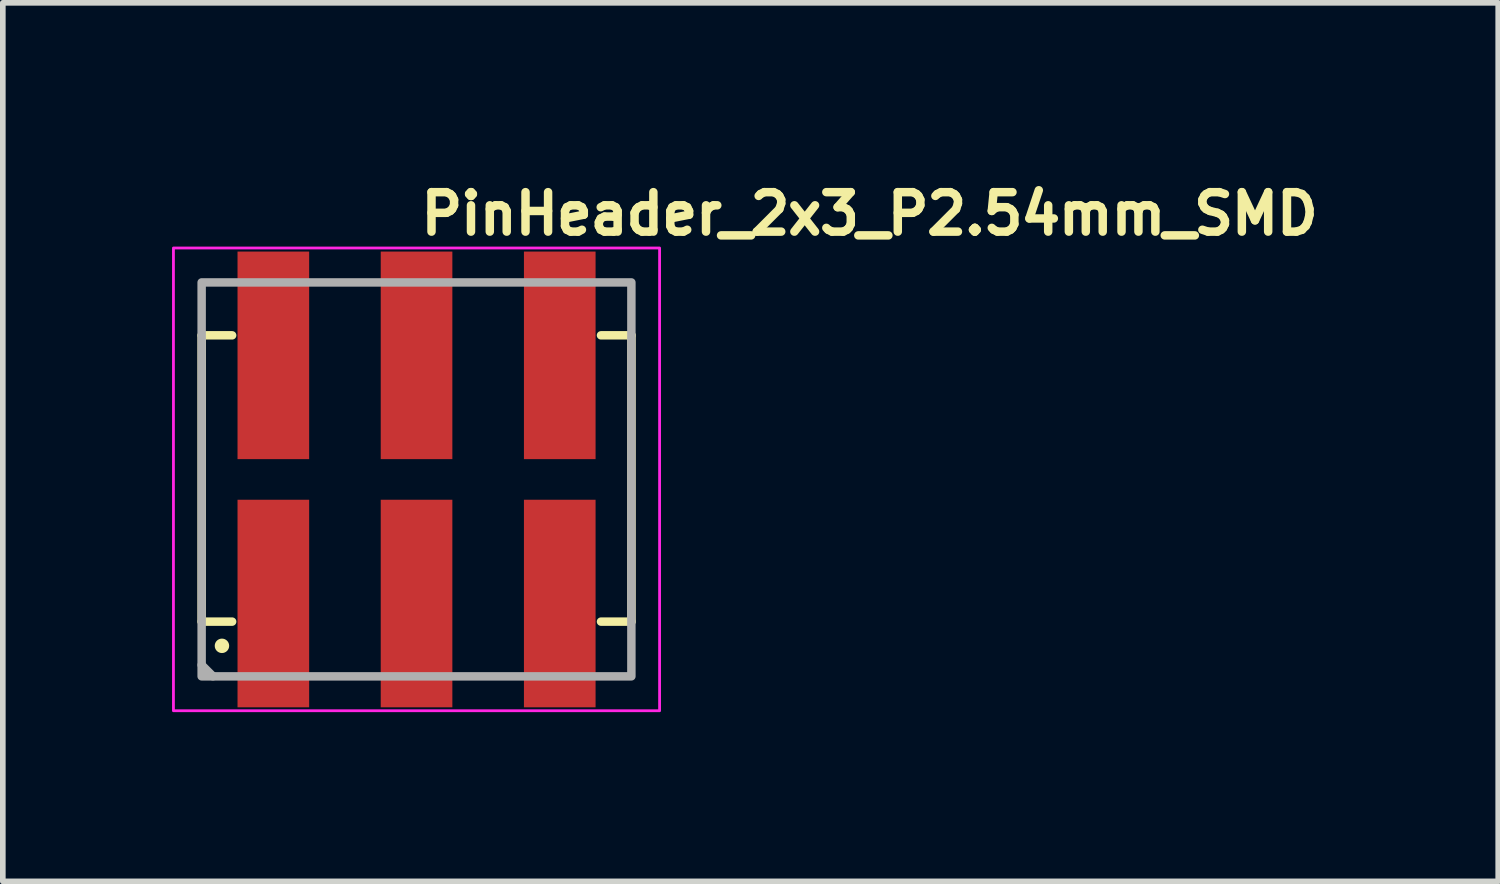
<source format=kicad_pcb>
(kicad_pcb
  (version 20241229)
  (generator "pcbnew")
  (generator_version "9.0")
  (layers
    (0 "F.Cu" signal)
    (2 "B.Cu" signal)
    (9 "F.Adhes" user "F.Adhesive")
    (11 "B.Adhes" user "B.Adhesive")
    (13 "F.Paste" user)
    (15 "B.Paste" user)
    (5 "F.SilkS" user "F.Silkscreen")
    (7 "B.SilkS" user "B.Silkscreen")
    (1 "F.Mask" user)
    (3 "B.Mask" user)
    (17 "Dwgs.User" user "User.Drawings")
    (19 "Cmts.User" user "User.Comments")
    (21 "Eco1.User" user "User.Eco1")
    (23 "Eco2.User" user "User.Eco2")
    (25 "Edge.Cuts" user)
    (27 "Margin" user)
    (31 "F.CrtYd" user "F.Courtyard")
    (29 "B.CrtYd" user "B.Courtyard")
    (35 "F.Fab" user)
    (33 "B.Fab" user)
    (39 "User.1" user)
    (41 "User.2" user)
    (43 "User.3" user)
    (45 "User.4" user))
  (footprint "PinHeader_2x3_P2.54mm_SMD"
    (layer "F.Cu")
    (at 4.335 5.45)
    (property "Reference" "PinHeader_2x3_P2.54mm_SMD" (at 0 -4.3 180) (layer "F.SilkS") (effects (font (size 0.7 0.7) (thickness 0.15)) (justify left bottom)))
    (attr smd)
    (fp_line (start -3.809 -2.555) (end -3.269 -2.555) (stroke (width 0.15) (type solid)) (layer "F.SilkS"))
    (fp_line (start -3.809 2.521) (end -3.809 -2.555) (stroke (width 0.15) (type solid)) (layer "F.SilkS"))
    (fp_line (start -3.809 2.521) (end -3.269 2.521) (stroke (width 0.15) (type solid)) (layer "F.SilkS"))
    (fp_line (start 3.81 -2.555) (end 3.27 -2.555) (stroke (width 0.15) (type solid)) (layer "F.SilkS"))
    (fp_line (start 3.81 -2.555) (end 3.81 2.521) (stroke (width 0.15) (type solid)) (layer "F.SilkS"))
    (fp_line (start 3.81 2.521) (end 3.27 2.521) (stroke (width 0.15) (type solid)) (layer "F.SilkS"))
    (fp_circle (center -3.45 2.95) (end -3.397 2.95) (stroke (width 0.15) (type solid)) (fill yes) (layer "F.SilkS"))
    (fp_rect (start -4.31 -4.103) (end 4.309 4.101) (stroke (width 0.05) (type solid)) (fill no) (layer "F.CrtYd"))
    (fp_line (start -3.81 3.29) (end -3.61 3.49) (stroke (width 0.15) (type solid)) (layer "F.Fab"))
    (fp_rect (start -3.81 -3.493) (end 3.809 3.491) (stroke (width 0.15) (type solid)) (fill no) (layer "F.Fab"))
    (fp_rect (start -3.81 -3.493) (end 3.809 3.491) (stroke (width 0.1) (type solid)) (fill no) (layer "User.5"))
    (fp_line (start -3.81 -2.032) (end -3.81 2.031) (stroke (width 0.02) (type solid)) (layer "User.9"))
    (fp_line (start -3.302 -2.54) (end -3.81 -2.032) (stroke (width 0.02) (type solid)) (layer "User.9"))
    (fp_line (start -3.302 -2.54) (end -3.302 2.539) (stroke (width 0.02) (type solid)) (layer "User.9"))
    (fp_line (start -3.302 2.539) (end -3.81 2.031) (stroke (width 0.02) (type solid)) (layer "User.9"))
    (fp_line (start -2.859 -3.239) (end -2.859 -2.54) (stroke (width 0.02) (type solid)) (layer "User.9"))
    (fp_line (start -2.859 -3.239) (end -2.731 -3.493) (stroke (width 0.02) (type solid)) (layer "User.9"))
    (fp_line (start -2.859 -1.589) (end -2.731 -1.462) (stroke (width 0.02) (type solid)) (layer "User.9"))
    (fp_line (start -2.859 -0.954) (end -2.859 -1.589) (stroke (width 0.02) (type solid)) (layer "User.9"))
    (fp_line (start -2.859 -0.954) (end -2.731 -1.081) (stroke (width 0.02) (type solid)) (layer "User.9"))
    (fp_line (start -2.859 1.586) (end -2.859 0.952) (stroke (width 0.02) (type solid)) (layer "User.9"))
    (fp_line (start -2.859 1.586) (end -2.731 1.459) (stroke (width 0.02) (type solid)) (layer "User.9"))
    (fp_line (start -2.859 2.539) (end -2.859 3.237) (stroke (width 0.02) (type solid)) (layer "User.9"))
    (fp_line (start -2.859 3.237) (end -2.731 3.491) (stroke (width 0.02) (type solid)) (layer "User.9"))
    (fp_line (start -2.731 -1.081) (end -2.731 -1.462) (stroke (width 0.02) (type solid)) (layer "User.9"))
    (fp_line (start -2.731 1.078) (end -2.859 0.952) (stroke (width 0.02) (type solid)) (layer "User.9"))
    (fp_line (start -2.731 1.459) (end -2.731 1.078) (stroke (width 0.02) (type solid)) (layer "User.9"))
    (fp_line (start -2.351 -3.493) (end -2.731 -3.493) (stroke (width 0.02) (type solid)) (layer "User.9"))
    (fp_line (start -2.351 -3.493) (end -2.223 -3.239) (stroke (width 0.02) (type solid)) (layer "User.9"))
    (fp_line (start -2.351 -1.462) (end -2.731 -1.462) (stroke (width 0.02) (type solid)) (layer "User.9"))
    (fp_line (start -2.351 -1.462) (end -2.351 -1.081) (stroke (width 0.02) (type solid)) (layer "User.9"))
    (fp_line (start -2.351 -1.081) (end -2.731 -1.081) (stroke (width 0.02) (type solid)) (layer "User.9"))
    (fp_line (start -2.351 1.078) (end -2.731 1.078) (stroke (width 0.02) (type solid)) (layer "User.9"))
    (fp_line (start -2.351 1.078) (end -2.351 1.459) (stroke (width 0.02) (type solid)) (layer "User.9"))
    (fp_line (start -2.351 1.459) (end -2.731 1.459) (stroke (width 0.02) (type solid)) (layer "User.9"))
    (fp_line (start -2.351 1.459) (end -2.223 1.586) (stroke (width 0.02) (type solid)) (layer "User.9"))
    (fp_line (start -2.351 3.491) (end -2.731 3.491) (stroke (width 0.02) (type solid)) (layer "User.9"))
    (fp_line (start -2.223 -3.239) (end -2.859 -3.239) (stroke (width 0.02) (type solid)) (layer "User.9"))
    (fp_line (start -2.223 -3.239) (end -2.223 -2.54) (stroke (width 0.02) (type solid)) (layer "User.9"))
    (fp_line (start -2.223 -1.589) (end -2.859 -1.589) (stroke (width 0.02) (type solid)) (layer "User.9"))
    (fp_line (start -2.223 -1.589) (end -2.351 -1.462) (stroke (width 0.02) (type solid)) (layer "User.9"))
    (fp_line (start -2.223 -1.589) (end -2.223 -0.954) (stroke (width 0.02) (type solid)) (layer "User.9"))
    (fp_line (start -2.223 -0.954) (end -2.859 -0.954) (stroke (width 0.02) (type solid)) (layer "User.9"))
    (fp_line (start -2.223 -0.954) (end -2.351 -1.081) (stroke (width 0.02) (type solid)) (layer "User.9"))
    (fp_line (start -2.223 0.952) (end -2.859 0.952) (stroke (width 0.02) (type solid)) (layer "User.9"))
    (fp_line (start -2.223 0.952) (end -2.351 1.078) (stroke (width 0.02) (type solid)) (layer "User.9"))
    (fp_line (start -2.223 0.952) (end -2.223 1.586) (stroke (width 0.02) (type solid)) (layer "User.9"))
    (fp_line (start -2.223 1.586) (end -2.859 1.586) (stroke (width 0.02) (type solid)) (layer "User.9"))
    (fp_line (start -2.223 2.539) (end -2.223 3.237) (stroke (width 0.02) (type solid)) (layer "User.9"))
    (fp_line (start -2.223 3.237) (end -2.859 3.237) (stroke (width 0.02) (type solid)) (layer "User.9"))
    (fp_line (start -2.223 3.237) (end -2.351 3.491) (stroke (width 0.02) (type solid)) (layer "User.9"))
    (fp_line (start -1.778 -2.54) (end -3.302 -2.54) (stroke (width 0.02) (type solid)) (layer "User.9"))
    (fp_line (start -1.778 -2.54) (end -1.778 2.539) (stroke (width 0.02) (type solid)) (layer "User.9"))
    (fp_line (start -1.778 -2.54) (end -1.27 -2.032) (stroke (width 0.02) (type solid)) (layer "User.9"))
    (fp_line (start -1.778 2.539) (end -3.302 2.539) (stroke (width 0.02) (type solid)) (layer "User.9"))
    (fp_line (start -1.27 -2.032) (end -1.27 2.031) (stroke (width 0.02) (type solid)) (layer "User.9"))
    (fp_line (start -1.27 -2.032) (end -0.762 -2.54) (stroke (width 0.02) (type solid)) (layer "User.9"))
    (fp_line (start -1.27 2.031) (end -1.778 2.539) (stroke (width 0.02) (type solid)) (layer "User.9"))
    (fp_line (start -0.762 -2.54) (end -0.762 2.539) (stroke (width 0.02) (type solid)) (layer "User.9"))
    (fp_line (start -0.762 2.539) (end -1.27 2.031) (stroke (width 0.02) (type solid)) (layer "User.9"))
    (fp_line (start -0.318 -3.239) (end -0.318 -2.54) (stroke (width 0.02) (type solid)) (layer "User.9"))
    (fp_line (start -0.318 -3.239) (end -0.191 -3.493) (stroke (width 0.02) (type solid)) (layer "User.9"))
    (fp_line (start -0.318 -1.589) (end -0.191 -1.462) (stroke (width 0.02) (type solid)) (layer "User.9"))
    (fp_line (start -0.318 -0.954) (end -0.318 -1.589) (stroke (width 0.02) (type solid)) (layer "User.9"))
    (fp_line (start -0.318 -0.954) (end -0.191 -1.081) (stroke (width 0.02) (type solid)) (layer "User.9"))
    (fp_line (start -0.318 1.586) (end -0.318 0.952) (stroke (width 0.02) (type solid)) (layer "User.9"))
    (fp_line (start -0.318 1.586) (end -0.191 1.459) (stroke (width 0.02) (type solid)) (layer "User.9"))
    (fp_line (start -0.318 2.539) (end -0.318 3.237) (stroke (width 0.02) (type solid)) (layer "User.9"))
    (fp_line (start -0.318 3.237) (end -0.191 3.491) (stroke (width 0.02) (type solid)) (layer "User.9"))
    (fp_line (start -0.191 -1.081) (end -0.191 -1.462) (stroke (width 0.02) (type solid)) (layer "User.9"))
    (fp_line (start -0.191 1.078) (end -0.318 0.952) (stroke (width 0.02) (type solid)) (layer "User.9"))
    (fp_line (start -0.191 1.459) (end -0.191 1.078) (stroke (width 0.02) (type solid)) (layer "User.9"))
    (fp_line (start 0.189 -3.493) (end -0.191 -3.493) (stroke (width 0.02) (type solid)) (layer "User.9"))
    (fp_line (start 0.189 -3.493) (end 0.316 -3.239) (stroke (width 0.02) (type solid)) (layer "User.9"))
    (fp_line (start 0.189 -1.462) (end -0.191 -1.462) (stroke (width 0.02) (type solid)) (layer "User.9"))
    (fp_line (start 0.189 -1.462) (end 0.189 -1.081) (stroke (width 0.02) (type solid)) (layer "User.9"))
    (fp_line (start 0.189 -1.081) (end -0.191 -1.081) (stroke (width 0.02) (type solid)) (layer "User.9"))
    (fp_line (start 0.189 1.078) (end -0.191 1.078) (stroke (width 0.02) (type solid)) (layer "User.9"))
    (fp_line (start 0.189 1.078) (end 0.189 1.459) (stroke (width 0.02) (type solid)) (layer "User.9"))
    (fp_line (start 0.189 1.459) (end -0.191 1.459) (stroke (width 0.02) (type solid)) (layer "User.9"))
    (fp_line (start 0.189 1.459) (end 0.316 1.586) (stroke (width 0.02) (type solid)) (layer "User.9"))
    (fp_line (start 0.189 3.491) (end -0.191 3.491) (stroke (width 0.02) (type solid)) (layer "User.9"))
    (fp_line (start 0.316 -3.239) (end -0.318 -3.239) (stroke (width 0.02) (type solid)) (layer "User.9"))
    (fp_line (start 0.316 -3.239) (end 0.316 -2.54) (stroke (width 0.02) (type solid)) (layer "User.9"))
    (fp_line (start 0.316 -1.589) (end -0.318 -1.589) (stroke (width 0.02) (type solid)) (layer "User.9"))
    (fp_line (start 0.316 -1.589) (end 0.189 -1.462) (stroke (width 0.02) (type solid)) (layer "User.9"))
    (fp_line (start 0.316 -1.589) (end 0.316 -0.954) (stroke (width 0.02) (type solid)) (layer "User.9"))
    (fp_line (start 0.316 -0.954) (end -0.318 -0.954) (stroke (width 0.02) (type solid)) (layer "User.9"))
    (fp_line (start 0.316 -0.954) (end 0.189 -1.081) (stroke (width 0.02) (type solid)) (layer "User.9"))
    (fp_line (start 0.316 0.952) (end -0.318 0.952) (stroke (width 0.02) (type solid)) (layer "User.9"))
    (fp_line (start 0.316 0.952) (end 0.189 1.078) (stroke (width 0.02) (type solid)) (layer "User.9"))
    (fp_line (start 0.316 0.952) (end 0.316 1.586) (stroke (width 0.02) (type solid)) (layer "User.9"))
    (fp_line (start 0.316 1.586) (end -0.318 1.586) (stroke (width 0.02) (type solid)) (layer "User.9"))
    (fp_line (start 0.316 2.539) (end 0.316 3.237) (stroke (width 0.02) (type solid)) (layer "User.9"))
    (fp_line (start 0.316 3.237) (end -0.318 3.237) (stroke (width 0.02) (type solid)) (layer "User.9"))
    (fp_line (start 0.316 3.237) (end 0.189 3.491) (stroke (width 0.02) (type solid)) (layer "User.9"))
    (fp_line (start 0.76 -2.54) (end -0.762 -2.54) (stroke (width 0.02) (type solid)) (layer "User.9"))
    (fp_line (start 0.76 -2.54) (end 0.76 2.539) (stroke (width 0.02) (type solid)) (layer "User.9"))
    (fp_line (start 0.76 -2.54) (end 1.269 -2.032) (stroke (width 0.02) (type solid)) (layer "User.9"))
    (fp_line (start 0.76 2.539) (end -0.762 2.539) (stroke (width 0.02) (type solid)) (layer "User.9"))
    (fp_line (start 1.269 -2.032) (end 1.269 2.031) (stroke (width 0.02) (type solid)) (layer "User.9"))
    (fp_line (start 1.269 -2.032) (end 1.777 -2.54) (stroke (width 0.02) (type solid)) (layer "User.9"))
    (fp_line (start 1.269 2.031) (end 0.76 2.539) (stroke (width 0.02) (type solid)) (layer "User.9"))
    (fp_line (start 1.777 -2.54) (end 1.777 2.539) (stroke (width 0.02) (type solid)) (layer "User.9"))
    (fp_line (start 1.777 2.539) (end 1.269 2.031) (stroke (width 0.02) (type solid)) (layer "User.9"))
    (fp_line (start 2.221 -3.239) (end 2.221 -2.54) (stroke (width 0.02) (type solid)) (layer "User.9"))
    (fp_line (start 2.221 -3.239) (end 2.349 -3.493) (stroke (width 0.02) (type solid)) (layer "User.9"))
    (fp_line (start 2.221 -1.589) (end 2.349 -1.462) (stroke (width 0.02) (type solid)) (layer "User.9"))
    (fp_line (start 2.221 -0.954) (end 2.221 -1.589) (stroke (width 0.02) (type solid)) (layer "User.9"))
    (fp_line (start 2.221 -0.954) (end 2.349 -1.081) (stroke (width 0.02) (type solid)) (layer "User.9"))
    (fp_line (start 2.221 1.586) (end 2.221 0.952) (stroke (width 0.02) (type solid)) (layer "User.9"))
    (fp_line (start 2.221 1.586) (end 2.349 1.459) (stroke (width 0.02) (type solid)) (layer "User.9"))
    (fp_line (start 2.221 2.539) (end 2.221 3.237) (stroke (width 0.02) (type solid)) (layer "User.9"))
    (fp_line (start 2.221 3.237) (end 2.349 3.491) (stroke (width 0.02) (type solid)) (layer "User.9"))
    (fp_line (start 2.349 -1.081) (end 2.349 -1.462) (stroke (width 0.02) (type solid)) (layer "User.9"))
    (fp_line (start 2.349 1.078) (end 2.221 0.952) (stroke (width 0.02) (type solid)) (layer "User.9"))
    (fp_line (start 2.349 1.459) (end 2.349 1.078) (stroke (width 0.02) (type solid)) (layer "User.9"))
    (fp_line (start 2.729 -3.493) (end 2.349 -3.493) (stroke (width 0.02) (type solid)) (layer "User.9"))
    (fp_line (start 2.729 -3.493) (end 2.857 -3.239) (stroke (width 0.02) (type solid)) (layer "User.9"))
    (fp_line (start 2.729 -1.462) (end 2.349 -1.462) (stroke (width 0.02) (type solid)) (layer "User.9"))
    (fp_line (start 2.729 -1.462) (end 2.729 -1.081) (stroke (width 0.02) (type solid)) (layer "User.9"))
    (fp_line (start 2.729 -1.081) (end 2.349 -1.081) (stroke (width 0.02) (type solid)) (layer "User.9"))
    (fp_line (start 2.729 1.078) (end 2.349 1.078) (stroke (width 0.02) (type solid)) (layer "User.9"))
    (fp_line (start 2.729 1.078) (end 2.729 1.459) (stroke (width 0.02) (type solid)) (layer "User.9"))
    (fp_line (start 2.729 1.459) (end 2.349 1.459) (stroke (width 0.02) (type solid)) (layer "User.9"))
    (fp_line (start 2.729 1.459) (end 2.857 1.586) (stroke (width 0.02) (type solid)) (layer "User.9"))
    (fp_line (start 2.729 3.491) (end 2.349 3.491) (stroke (width 0.02) (type solid)) (layer "User.9"))
    (fp_line (start 2.857 -3.239) (end 2.221 -3.239) (stroke (width 0.02) (type solid)) (layer "User.9"))
    (fp_line (start 2.857 -3.239) (end 2.857 -2.54) (stroke (width 0.02) (type solid)) (layer "User.9"))
    (fp_line (start 2.857 -1.589) (end 2.221 -1.589) (stroke (width 0.02) (type solid)) (layer "User.9"))
    (fp_line (start 2.857 -1.589) (end 2.729 -1.462) (stroke (width 0.02) (type solid)) (layer "User.9"))
    (fp_line (start 2.857 -1.589) (end 2.857 -0.954) (stroke (width 0.02) (type solid)) (layer "User.9"))
    (fp_line (start 2.857 -0.954) (end 2.221 -0.954) (stroke (width 0.02) (type solid)) (layer "User.9"))
    (fp_line (start 2.857 -0.954) (end 2.729 -1.081) (stroke (width 0.02) (type solid)) (layer "User.9"))
    (fp_line (start 2.857 0.952) (end 2.221 0.952) (stroke (width 0.02) (type solid)) (layer "User.9"))
    (fp_line (start 2.857 0.952) (end 2.729 1.078) (stroke (width 0.02) (type solid)) (layer "User.9"))
    (fp_line (start 2.857 0.952) (end 2.857 1.586) (stroke (width 0.02) (type solid)) (layer "User.9"))
    (fp_line (start 2.857 1.586) (end 2.221 1.586) (stroke (width 0.02) (type solid)) (layer "User.9"))
    (fp_line (start 2.857 2.539) (end 2.857 3.237) (stroke (width 0.02) (type solid)) (layer "User.9"))
    (fp_line (start 2.857 3.237) (end 2.221 3.237) (stroke (width 0.02) (type solid)) (layer "User.9"))
    (fp_line (start 2.857 3.237) (end 2.729 3.491) (stroke (width 0.02) (type solid)) (layer "User.9"))
    (fp_line (start 3.301 -2.54) (end 1.777 -2.54) (stroke (width 0.02) (type solid)) (layer "User.9"))
    (fp_line (start 3.301 -2.54) (end 3.301 2.539) (stroke (width 0.02) (type solid)) (layer "User.9"))
    (fp_line (start 3.301 2.539) (end 1.777 2.539) (stroke (width 0.02) (type solid)) (layer "User.9"))
    (fp_line (start 3.809 -2.032) (end 3.301 -2.54) (stroke (width 0.02) (type solid)) (layer "User.9"))
    (fp_line (start 3.809 -2.032) (end 3.809 2.031) (stroke (width 0.02) (type solid)) (layer "User.9"))
    (fp_line (start 3.809 2.031) (end 3.301 2.539) (stroke (width 0.02) (type solid)) (layer "User.9"))
    (pad "1" smd rect (at -2.539 2.2) (size 1.27 3.68) (layers "F.Cu" "F.Mask" "F.Paste"))
    (pad "2" smd rect (at -2.539 -2.2 180) (size 1.27 3.68) (layers "F.Cu" "F.Mask" "F.Paste"))
    (pad "3" smd rect (at 0 2.2) (size 1.27 3.68) (layers "F.Cu" "F.Mask" "F.Paste"))
    (pad "4" smd rect (at 0 -2.2 180) (size 1.27 3.68) (layers "F.Cu" "F.Mask" "F.Paste"))
    (pad "5" smd rect (at 2.539 2.2) (size 1.27 3.68) (layers "F.Cu" "F.Mask" "F.Paste"))
    (pad "6" smd rect (at 2.539 -2.2 180) (size 1.27 3.68) (layers "F.Cu" "F.Mask" "F.Paste")))
  (gr_rect
    (start -3 -3)
    (end 23.512 12.576)
    (stroke (width 0.1) (type default))
    (fill no)
    (layer "Edge.Cuts")))
</source>
